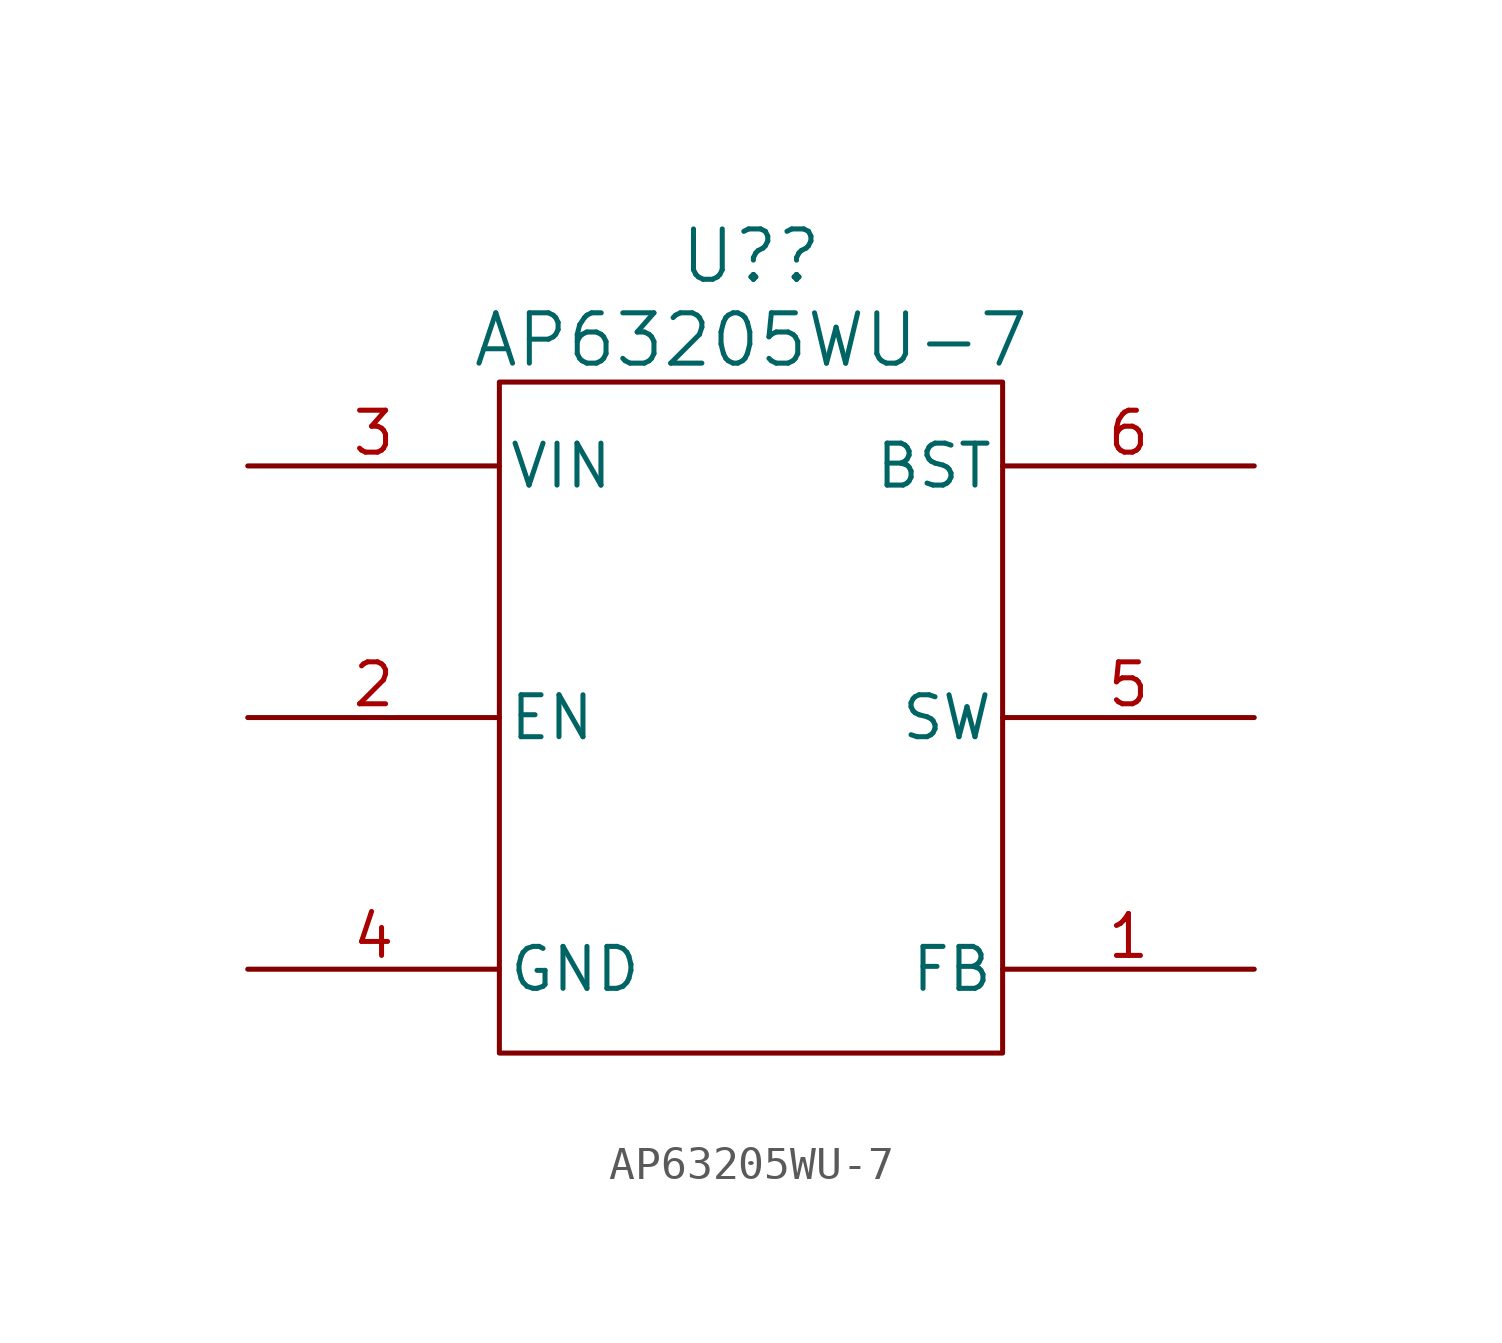
<source format=kicad_sym>
(kicad_symbol_lib
  (version 20220914)
  (generator kicad_symbol_editor)
  (symbol "AP63205WU-7"
    (pin_names
      (offset 0.254))
    (property "Reference" "U?"
      (at 2.54 1.27 0)
      (effects (font (size 1.524 1.524))))
    (property "Value" "AP63205WU-7"
      (at 2.54 -1.27 0)
      (effects (font (size 1.524 1.524))))
    (property "ki_locked" ""
      (at 0 0 0)
      (effects (font (size 1.27 1.27))))
    (symbol "AP63205WU-7_1_1"
      (rectangle (start -5.08 -2.54) (end 10.16 -22.86) (stroke (width 0) (type default)) (fill (type none)))
      (pin power_in line (at 17.78 -20.32 180) (length 7.62) (name "FB" (effects (font (size 1.27 1.27)))) (number "1" (effects (font (size 1.27 1.27)))))
      (pin power_in line (at -12.7 -12.7 0) (length 7.62) (name "EN" (effects (font (size 1.27 1.27)))) (number "2" (effects (font (size 1.27 1.27)))))
      (pin power_in line (at -12.7 -5.08 0) (length 7.62) (name "VIN" (effects (font (size 1.27 1.27)))) (number "3" (effects (font (size 1.27 1.27)))))
      (pin power_in line (at -12.7 -20.32 0) (length 7.62) (name "GND" (effects (font (size 1.27 1.27)))) (number "4" (effects (font (size 1.27 1.27)))))
      (pin power_out line (at 17.78 -12.7 180) (length 7.62) (name "SW" (effects (font (size 1.27 1.27)))) (number "5" (effects (font (size 1.27 1.27)))))
      (pin power_in line (at 17.78 -5.08 180) (length 7.62) (name "BST" (effects (font (size 1.27 1.27)))) (number "6" (effects (font (size 1.27 1.27))))))))
</source>
